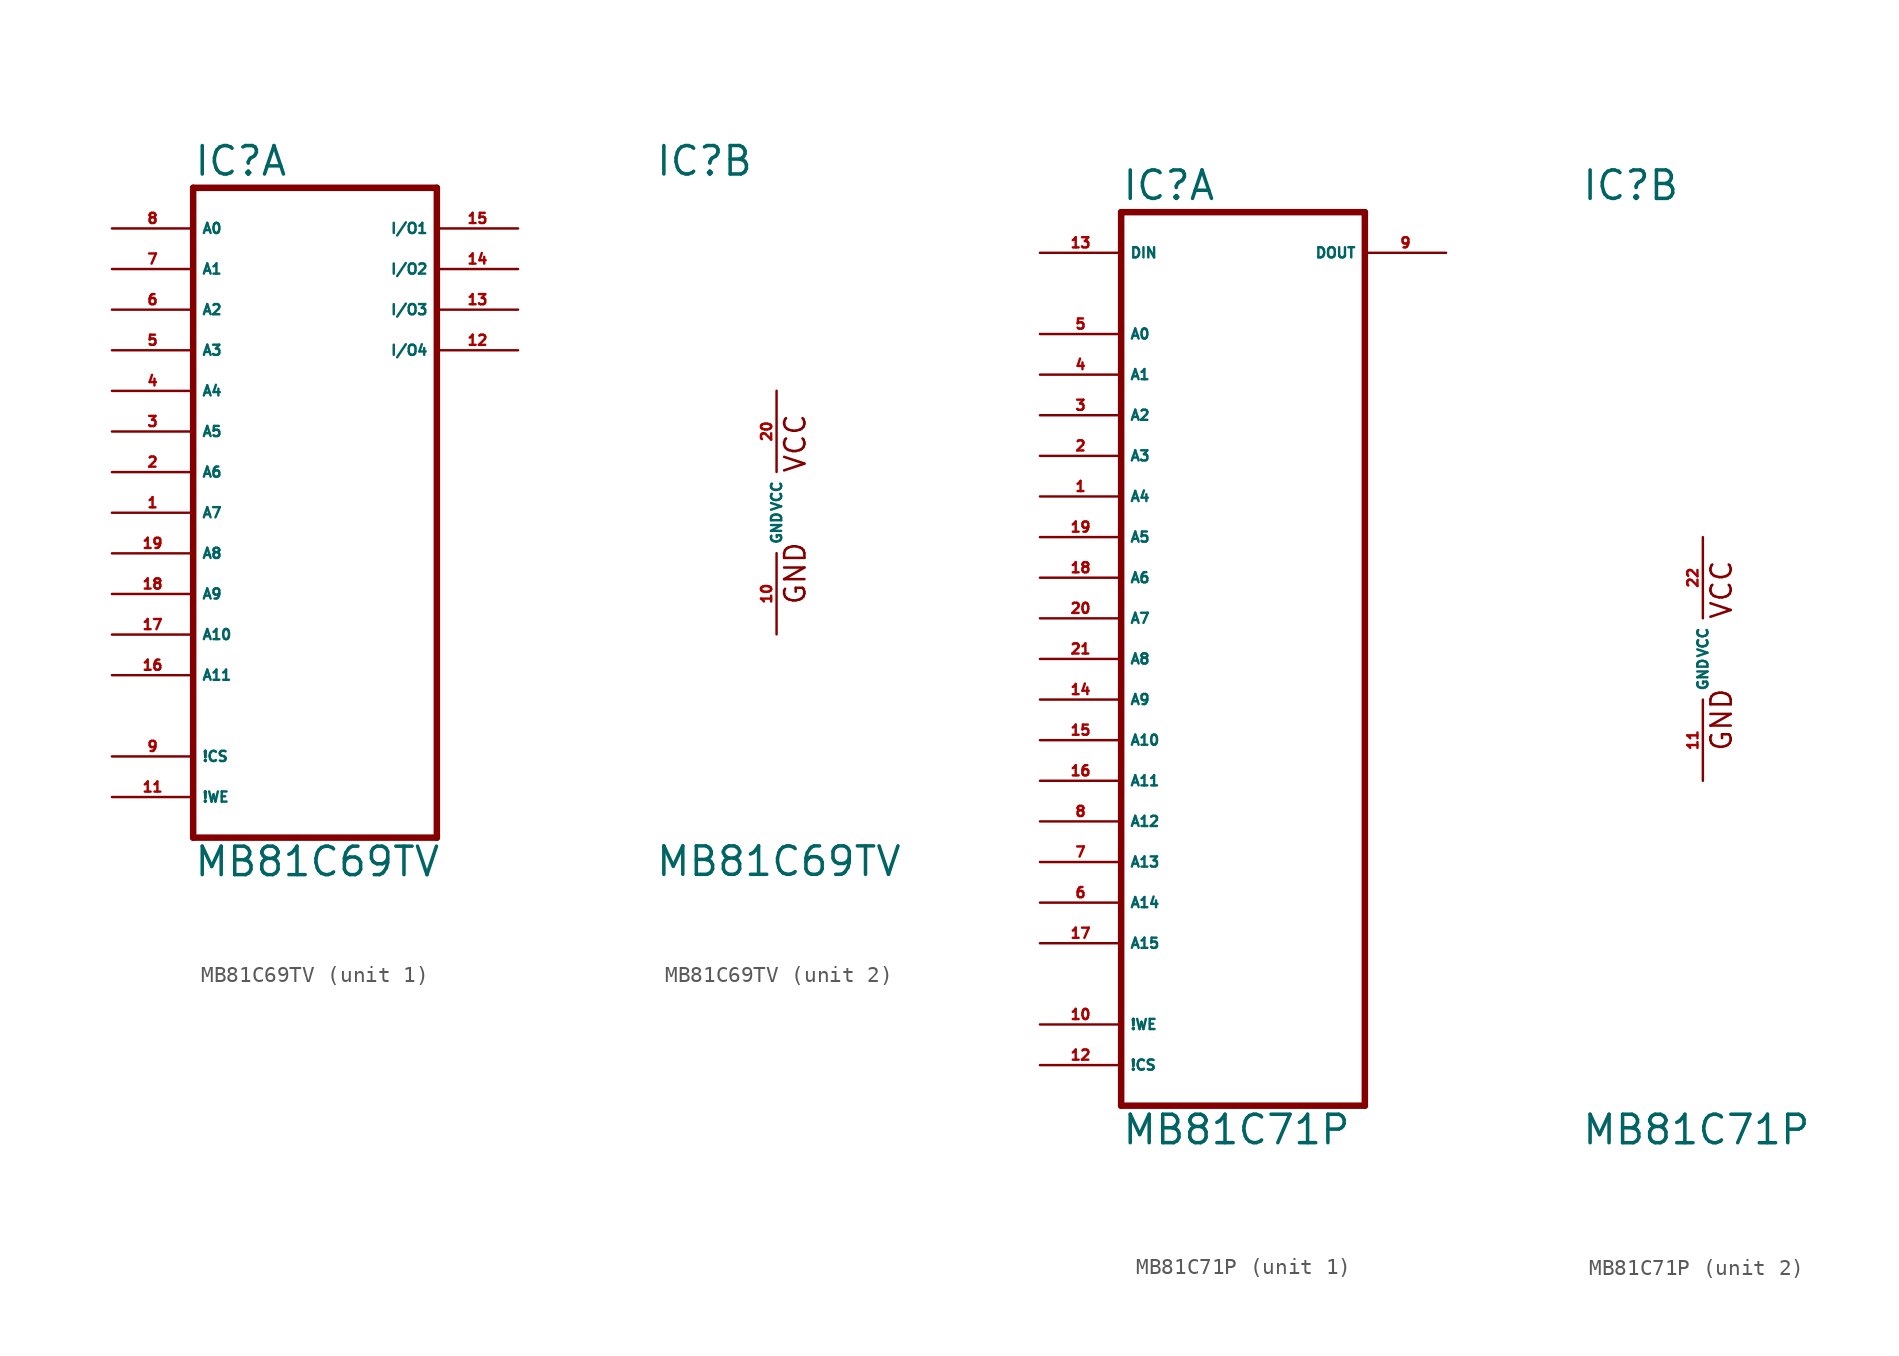
<source format=kicad_sym>
(kicad_symbol_lib
  (version 20220914)
  (generator Eagle2Kicad)
  (symbol "MB81C69TV"
    (property "Reference" "IC"
      (at -7.62 20.955 0)
      (effects (font (size 1.778 1.778) (thickness 0.22)) (justify left bottom)))
    (property "Value" "MB81C69TV"
      (at -7.62 -22.86 0)
      (effects (font (size 1.778 1.778) (thickness 0.22)) (justify left bottom)))
    (symbol "MB81C69TV_1_0"
      (polyline (pts (xy -7.62 -20.32) (xy -7.62 20.32)) (stroke (width 0.406) (type default)) (fill (type none)))
      (polyline (pts (xy -7.62 20.32) (xy 7.62 20.32)) (stroke (width 0.406) (type default)) (fill (type none)))
      (polyline (pts (xy 7.62 20.32) (xy 7.62 -20.32)) (stroke (width 0.406) (type default)) (fill (type none)))
      (polyline (pts (xy 7.62 -20.32) (xy -7.62 -20.32)) (stroke (width 0.406) (type default)) (fill (type none)))
      (pin input line (at -12.7 17.78 0) (length 5.08) (name "A0" (effects (font (size 0.635 0.635) (thickness 0.08)) (justify left bottom))) (number "8" (effects (font (size 0.635 0.635) (thickness 0.08)) (justify left bottom))))
      (pin input line (at -12.7 15.24 0) (length 5.08) (name "A1" (effects (font (size 0.635 0.635) (thickness 0.08)) (justify left bottom))) (number "7" (effects (font (size 0.635 0.635) (thickness 0.08)) (justify left bottom))))
      (pin input line (at -12.7 12.7 0) (length 5.08) (name "A2" (effects (font (size 0.635 0.635) (thickness 0.08)) (justify left bottom))) (number "6" (effects (font (size 0.635 0.635) (thickness 0.08)) (justify left bottom))))
      (pin input line (at -12.7 10.16 0) (length 5.08) (name "A3" (effects (font (size 0.635 0.635) (thickness 0.08)) (justify left bottom))) (number "5" (effects (font (size 0.635 0.635) (thickness 0.08)) (justify left bottom))))
      (pin input line (at -12.7 7.62 0) (length 5.08) (name "A4" (effects (font (size 0.635 0.635) (thickness 0.08)) (justify left bottom))) (number "4" (effects (font (size 0.635 0.635) (thickness 0.08)) (justify left bottom))))
      (pin input line (at -12.7 2.54 0) (length 5.08) (name "A6" (effects (font (size 0.635 0.635) (thickness 0.08)) (justify left bottom))) (number "2" (effects (font (size 0.635 0.635) (thickness 0.08)) (justify left bottom))))
      (pin input line (at -12.7 5.08 0) (length 5.08) (name "A5" (effects (font (size 0.635 0.635) (thickness 0.08)) (justify left bottom))) (number "3" (effects (font (size 0.635 0.635) (thickness 0.08)) (justify left bottom))))
      (pin input line (at -12.7 0 0) (length 5.08) (name "A7" (effects (font (size 0.635 0.635) (thickness 0.08)) (justify left bottom))) (number "1" (effects (font (size 0.635 0.635) (thickness 0.08)) (justify left bottom))))
      (pin input line (at -12.7 -2.54 0) (length 5.08) (name "A8" (effects (font (size 0.635 0.635) (thickness 0.08)) (justify left bottom))) (number "19" (effects (font (size 0.635 0.635) (thickness 0.08)) (justify left bottom))))
      (pin input line (at -12.7 -5.08 0) (length 5.08) (name "A9" (effects (font (size 0.635 0.635) (thickness 0.08)) (justify left bottom))) (number "18" (effects (font (size 0.635 0.635) (thickness 0.08)) (justify left bottom))))
      (pin input line (at -12.7 -7.62 0) (length 5.08) (name "A10" (effects (font (size 0.635 0.635) (thickness 0.08)) (justify left bottom))) (number "17" (effects (font (size 0.635 0.635) (thickness 0.08)) (justify left bottom))))
      (pin input line (at -12.7 -10.16 0) (length 5.08) (name "A11" (effects (font (size 0.635 0.635) (thickness 0.08)) (justify left bottom))) (number "16" (effects (font (size 0.635 0.635) (thickness 0.08)) (justify left bottom))))
      (pin bidirectional line (at 12.7 17.78 180) (length 5.08) (name "I/O1" (effects (font (size 0.635 0.635) (thickness 0.08)) (justify left bottom))) (number "15" (effects (font (size 0.635 0.635) (thickness 0.08)) (justify left bottom))))
      (pin bidirectional line (at 12.7 15.24 180) (length 5.08) (name "I/O2" (effects (font (size 0.635 0.635) (thickness 0.08)) (justify left bottom))) (number "14" (effects (font (size 0.635 0.635) (thickness 0.08)) (justify left bottom))))
      (pin bidirectional line (at 12.7 12.7 180) (length 5.08) (name "I/O3" (effects (font (size 0.635 0.635) (thickness 0.08)) (justify left bottom))) (number "13" (effects (font (size 0.635 0.635) (thickness 0.08)) (justify left bottom))))
      (pin bidirectional line (at 12.7 10.16 180) (length 5.08) (name "I/O4" (effects (font (size 0.635 0.635) (thickness 0.08)) (justify left bottom))) (number "12" (effects (font (size 0.635 0.635) (thickness 0.08)) (justify left bottom))))
      (pin input line (at -12.7 -15.24 0) (length 5.08) (name "!CS" (effects (font (size 0.635 0.635) (thickness 0.08)) (justify left bottom))) (number "9" (effects (font (size 0.635 0.635) (thickness 0.08)) (justify left bottom))))
      (pin input line (at -12.7 -17.78 0) (length 5.08) (name "!WE" (effects (font (size 0.635 0.635) (thickness 0.08)) (justify left bottom))) (number "11" (effects (font (size 0.635 0.635) (thickness 0.08)) (justify left bottom)))))
    (symbol "MB81C69TV_2_0"
      (text "VCC" (at 1.905 2.413 900) (effects (font (size 1.27 1.27) (thickness 0.16)) (justify left bottom)))
      (text "GND" (at 1.905 -5.842 900) (effects (font (size 1.27 1.27) (thickness 0.16)) (justify left bottom)))
      (pin unspecified line (at 0 -7.62 90) (length 5.08) (name "GND" (effects (font (size 0.635 0.635) (thickness 0.08)) (justify left bottom))) (number "10" (effects (font (size 0.635 0.635) (thickness 0.08)) (justify left bottom))))
      (pin unspecified line (at 0 7.62 270) (length 5.08) (name "VCC" (effects (font (size 0.635 0.635) (thickness 0.08)) (justify left bottom))) (number "20" (effects (font (size 0.635 0.635) (thickness 0.08)) (justify left bottom))))))
  (symbol "MB81C71P"
    (property "Reference" "IC"
      (at -7.62 28.575 0)
      (effects (font (size 1.778 1.778) (thickness 0.22)) (justify left bottom)))
    (property "Value" "MB81C71P"
      (at -7.62 -30.48 0)
      (effects (font (size 1.778 1.778) (thickness 0.22)) (justify left bottom)))
    (symbol "MB81C71P_1_0"
      (polyline (pts (xy -7.62 -27.94) (xy 7.62 -27.94)) (stroke (width 0.406) (type default)) (fill (type none)))
      (polyline (pts (xy 7.62 -27.94) (xy 7.62 27.94)) (stroke (width 0.406) (type default)) (fill (type none)))
      (polyline (pts (xy 7.62 27.94) (xy -7.62 27.94)) (stroke (width 0.406) (type default)) (fill (type none)))
      (polyline (pts (xy -7.62 27.94) (xy -7.62 -27.94)) (stroke (width 0.406) (type default)) (fill (type none)))
      (pin input line (at -12.7 20.32 0) (length 5.08) (name "A0" (effects (font (size 0.635 0.635) (thickness 0.08)) (justify left bottom))) (number "5" (effects (font (size 0.635 0.635) (thickness 0.08)) (justify left bottom))))
      (pin input line (at -12.7 17.78 0) (length 5.08) (name "A1" (effects (font (size 0.635 0.635) (thickness 0.08)) (justify left bottom))) (number "4" (effects (font (size 0.635 0.635) (thickness 0.08)) (justify left bottom))))
      (pin input line (at -12.7 15.24 0) (length 5.08) (name "A2" (effects (font (size 0.635 0.635) (thickness 0.08)) (justify left bottom))) (number "3" (effects (font (size 0.635 0.635) (thickness 0.08)) (justify left bottom))))
      (pin input line (at -12.7 12.7 0) (length 5.08) (name "A3" (effects (font (size 0.635 0.635) (thickness 0.08)) (justify left bottom))) (number "2" (effects (font (size 0.635 0.635) (thickness 0.08)) (justify left bottom))))
      (pin input line (at -12.7 10.16 0) (length 5.08) (name "A4" (effects (font (size 0.635 0.635) (thickness 0.08)) (justify left bottom))) (number "1" (effects (font (size 0.635 0.635) (thickness 0.08)) (justify left bottom))))
      (pin input line (at -12.7 7.62 0) (length 5.08) (name "A5" (effects (font (size 0.635 0.635) (thickness 0.08)) (justify left bottom))) (number "19" (effects (font (size 0.635 0.635) (thickness 0.08)) (justify left bottom))))
      (pin input line (at -12.7 5.08 0) (length 5.08) (name "A6" (effects (font (size 0.635 0.635) (thickness 0.08)) (justify left bottom))) (number "18" (effects (font (size 0.635 0.635) (thickness 0.08)) (justify left bottom))))
      (pin input line (at -12.7 2.54 0) (length 5.08) (name "A7" (effects (font (size 0.635 0.635) (thickness 0.08)) (justify left bottom))) (number "20" (effects (font (size 0.635 0.635) (thickness 0.08)) (justify left bottom))))
      (pin input line (at -12.7 0 0) (length 5.08) (name "A8" (effects (font (size 0.635 0.635) (thickness 0.08)) (justify left bottom))) (number "21" (effects (font (size 0.635 0.635) (thickness 0.08)) (justify left bottom))))
      (pin input line (at -12.7 -2.54 0) (length 5.08) (name "A9" (effects (font (size 0.635 0.635) (thickness 0.08)) (justify left bottom))) (number "14" (effects (font (size 0.635 0.635) (thickness 0.08)) (justify left bottom))))
      (pin input line (at -12.7 -5.08 0) (length 5.08) (name "A10" (effects (font (size 0.635 0.635) (thickness 0.08)) (justify left bottom))) (number "15" (effects (font (size 0.635 0.635) (thickness 0.08)) (justify left bottom))))
      (pin input line (at -12.7 -7.62 0) (length 5.08) (name "A11" (effects (font (size 0.635 0.635) (thickness 0.08)) (justify left bottom))) (number "16" (effects (font (size 0.635 0.635) (thickness 0.08)) (justify left bottom))))
      (pin input line (at -12.7 -10.16 0) (length 5.08) (name "A12" (effects (font (size 0.635 0.635) (thickness 0.08)) (justify left bottom))) (number "8" (effects (font (size 0.635 0.635) (thickness 0.08)) (justify left bottom))))
      (pin input line (at -12.7 -12.7 0) (length 5.08) (name "A13" (effects (font (size 0.635 0.635) (thickness 0.08)) (justify left bottom))) (number "7" (effects (font (size 0.635 0.635) (thickness 0.08)) (justify left bottom))))
      (pin input line (at -12.7 -15.24 0) (length 5.08) (name "A14" (effects (font (size 0.635 0.635) (thickness 0.08)) (justify left bottom))) (number "6" (effects (font (size 0.635 0.635) (thickness 0.08)) (justify left bottom))))
      (pin input line (at -12.7 -17.78 0) (length 5.08) (name "A15" (effects (font (size 0.635 0.635) (thickness 0.08)) (justify left bottom))) (number "17" (effects (font (size 0.635 0.635) (thickness 0.08)) (justify left bottom))))
      (pin input line (at -12.7 -22.86 0) (length 5.08) (name "!WE" (effects (font (size 0.635 0.635) (thickness 0.08)) (justify left bottom))) (number "10" (effects (font (size 0.635 0.635) (thickness 0.08)) (justify left bottom))))
      (pin input line (at -12.7 -25.4 0) (length 5.08) (name "!CS" (effects (font (size 0.635 0.635) (thickness 0.08)) (justify left bottom))) (number "12" (effects (font (size 0.635 0.635) (thickness 0.08)) (justify left bottom))))
      (pin input line (at -12.7 25.4 0) (length 5.08) (name "DIN" (effects (font (size 0.635 0.635) (thickness 0.08)) (justify left bottom))) (number "13" (effects (font (size 0.635 0.635) (thickness 0.08)) (justify left bottom))))
      (pin output line (at 12.7 25.4 180) (length 5.08) (name "DOUT" (effects (font (size 0.635 0.635) (thickness 0.08)) (justify left bottom))) (number "9" (effects (font (size 0.635 0.635) (thickness 0.08)) (justify left bottom)))))
    (symbol "MB81C71P_2_0"
      (text "VCC" (at 1.905 2.413 900) (effects (font (size 1.27 1.27) (thickness 0.16)) (justify left bottom)))
      (text "GND" (at 1.905 -5.842 900) (effects (font (size 1.27 1.27) (thickness 0.16)) (justify left bottom)))
      (pin unspecified line (at 0 -7.62 90) (length 5.08) (name "GND" (effects (font (size 0.635 0.635) (thickness 0.08)) (justify left bottom))) (number "11" (effects (font (size 0.635 0.635) (thickness 0.08)) (justify left bottom))))
      (pin unspecified line (at 0 7.62 270) (length 5.08) (name "VCC" (effects (font (size 0.635 0.635) (thickness 0.08)) (justify left bottom))) (number "22" (effects (font (size 0.635 0.635) (thickness 0.08)) (justify left bottom)))))))
</source>
